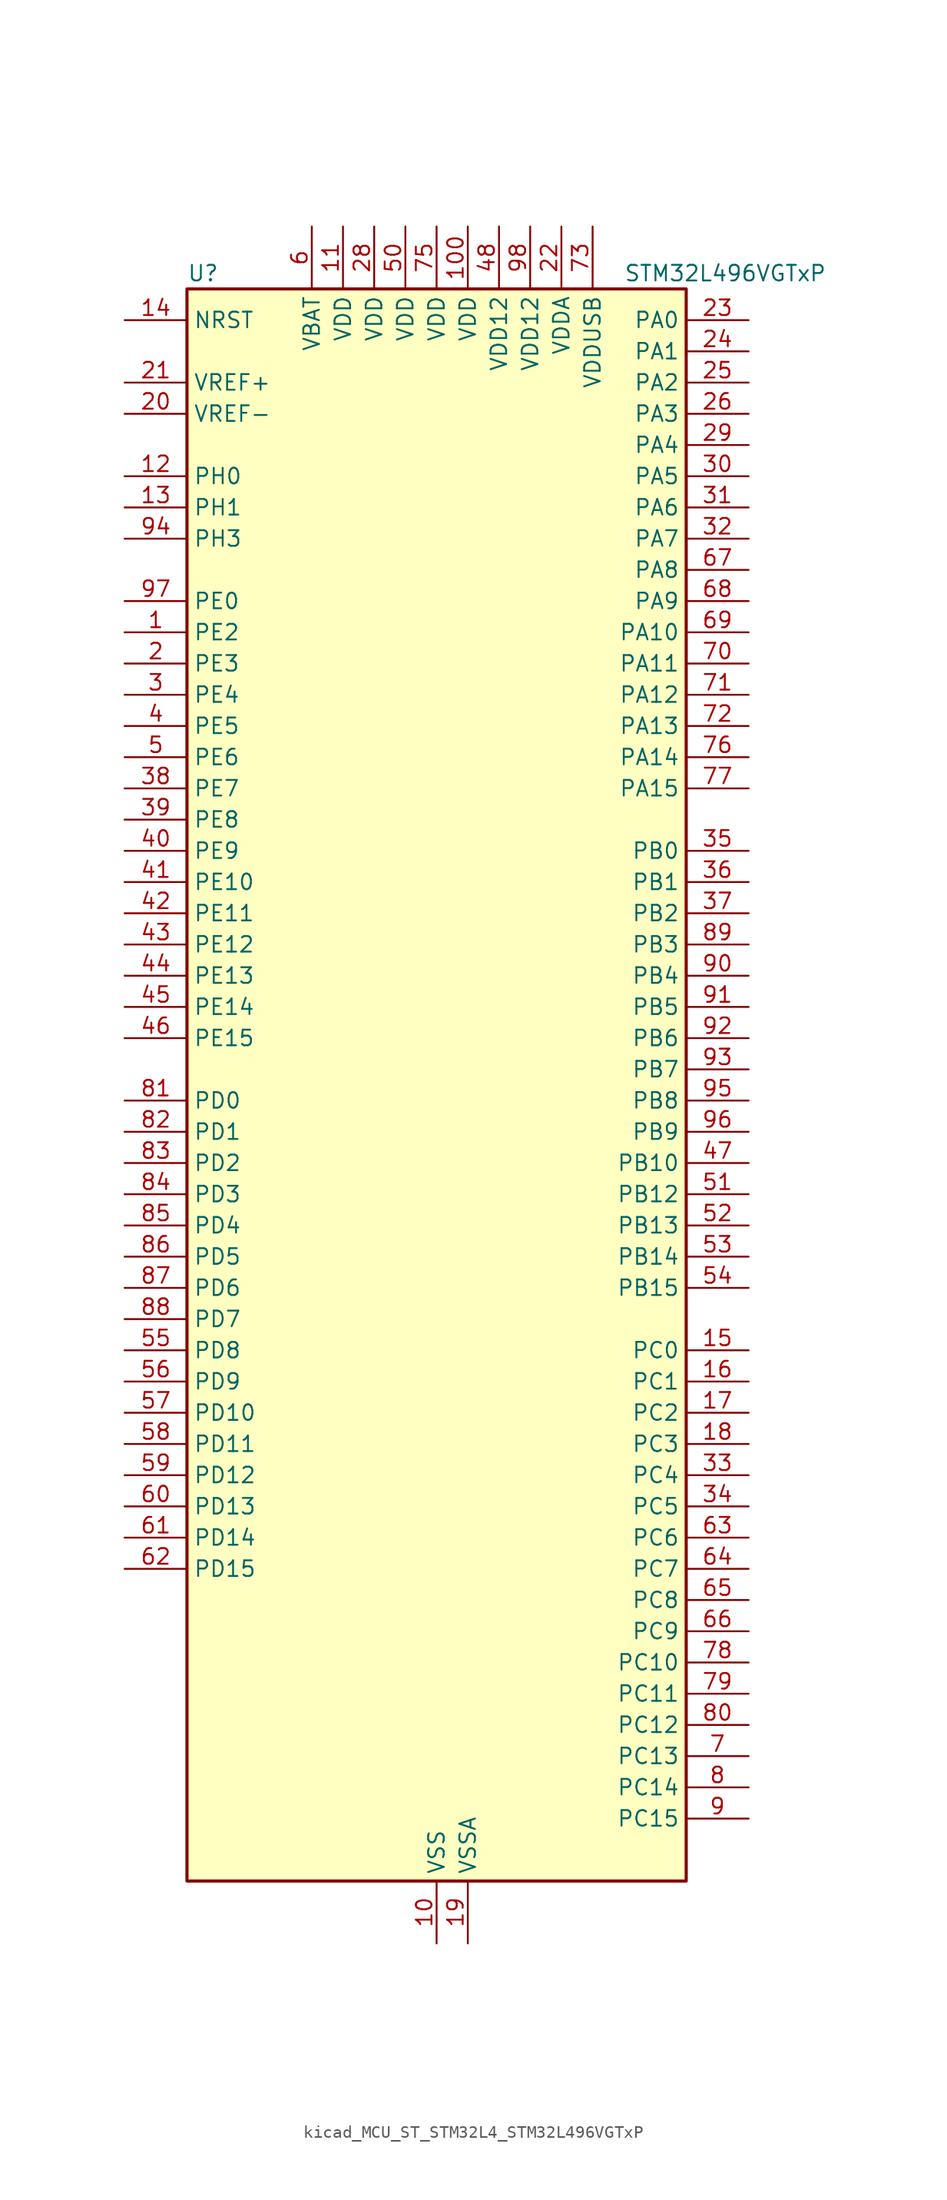
<source format=kicad_sym>
(kicad_symbol_lib
  (version 20220914)
  (generator kicad_symbol_editor)
  (symbol "kicad_MCU_ST_STM32L4_STM32L496VGTxP"
    (property "Reference" "U"
      (at -20.32 67.31 0)
      (effects (font (size 1.27 1.27)) (justify left)))
    (property "Value" "STM32L496VGTxP"
      (at 15.24 67.31 0)
      (effects (font (size 1.27 1.27)) (justify left)))
    (property "ki_locked" ""
      (at 0 0 0)
      (effects (font (size 1.27 1.27))))
    (symbol "kicad_MCU_ST_STM32L4_STM32L496VGTxP_0_1"
      (rectangle (start -20.32 -63.5) (end 20.32 66.04) (stroke (width 0.254) (type default)) (fill (type background))))
    (symbol "kicad_MCU_ST_STM32L4_STM32L496VGTxP_1_1"
      (pin bidirectional line (at -25.4 38.1 0) (length 5.08) (name "PE2" (effects (font (size 1.27 1.27)))) (number "1" (effects (font (size 1.27 1.27)))) (alternate "FMC_A23" bidirectional line) (alternate "LCD_SEG38" bidirectional line) (alternate "SAI1_MCLK_A" bidirectional line) (alternate "SYS_TRACECLK" bidirectional line) (alternate "TIM3_ETR" bidirectional line) (alternate "TSC_G7_IO1" bidirectional line))
      (pin power_in line (at 0 -68.58 90) (length 5.08) (name "VSS" (effects (font (size 1.27 1.27)))) (number "10" (effects (font (size 1.27 1.27)))))
      (pin power_in line (at 2.54 71.12 270) (length 5.08) (name "VDD" (effects (font (size 1.27 1.27)))) (number "100" (effects (font (size 1.27 1.27)))))
      (pin power_in line (at -7.62 71.12 270) (length 5.08) (name "VDD" (effects (font (size 1.27 1.27)))) (number "11" (effects (font (size 1.27 1.27)))))
      (pin bidirectional line (at -25.4 50.8 0) (length 5.08) (name "PH0" (effects (font (size 1.27 1.27)))) (number "12" (effects (font (size 1.27 1.27)))) (alternate "RCC_OSC_IN" bidirectional line))
      (pin bidirectional line (at -25.4 48.26 0) (length 5.08) (name "PH1" (effects (font (size 1.27 1.27)))) (number "13" (effects (font (size 1.27 1.27)))) (alternate "RCC_OSC_OUT" bidirectional line))
      (pin input line (at -25.4 63.5 0) (length 5.08) (name "NRST" (effects (font (size 1.27 1.27)))) (number "14" (effects (font (size 1.27 1.27)))))
      (pin bidirectional line (at 25.4 -20.32 180) (length 5.08) (name "PC0" (effects (font (size 1.27 1.27)))) (number "15" (effects (font (size 1.27 1.27)))) (alternate "ADC1_IN1" bidirectional line) (alternate "ADC2_IN1" bidirectional line) (alternate "ADC3_IN1" bidirectional line) (alternate "DFSDM1_DATIN4" bidirectional line) (alternate "I2C3_SCL" bidirectional line) (alternate "I2C4_SCL" bidirectional line) (alternate "LCD_SEG18" bidirectional line) (alternate "LPTIM1_IN1" bidirectional line) (alternate "LPTIM2_IN1" bidirectional line) (alternate "LPUART1_RX" bidirectional line))
      (pin bidirectional line (at 25.4 -22.86 180) (length 5.08) (name "PC1" (effects (font (size 1.27 1.27)))) (number "16" (effects (font (size 1.27 1.27)))) (alternate "ADC1_IN2" bidirectional line) (alternate "ADC2_IN2" bidirectional line) (alternate "ADC3_IN2" bidirectional line) (alternate "DFSDM1_CKIN4" bidirectional line) (alternate "I2C3_SDA" bidirectional line) (alternate "I2C4_SDA" bidirectional line) (alternate "LCD_SEG19" bidirectional line) (alternate "LPTIM1_OUT" bidirectional line) (alternate "LPUART1_TX" bidirectional line) (alternate "QUADSPI_BK2_IO0" bidirectional line) (alternate "SAI1_SD_A" bidirectional line) (alternate "SPI2_MOSI" bidirectional line) (alternate "SYS_TRACED0" bidirectional line))
      (pin bidirectional line (at 25.4 -25.4 180) (length 5.08) (name "PC2" (effects (font (size 1.27 1.27)))) (number "17" (effects (font (size 1.27 1.27)))) (alternate "ADC1_IN3" bidirectional line) (alternate "ADC2_IN3" bidirectional line) (alternate "ADC3_IN3" bidirectional line) (alternate "DFSDM1_CKOUT" bidirectional line) (alternate "LCD_SEG20" bidirectional line) (alternate "LPTIM1_IN2" bidirectional line) (alternate "QUADSPI_BK2_IO1" bidirectional line) (alternate "SPI2_MISO" bidirectional line))
      (pin bidirectional line (at 25.4 -27.94 180) (length 5.08) (name "PC3" (effects (font (size 1.27 1.27)))) (number "18" (effects (font (size 1.27 1.27)))) (alternate "ADC1_IN4" bidirectional line) (alternate "ADC2_IN4" bidirectional line) (alternate "ADC3_IN4" bidirectional line) (alternate "LCD_VLCD" bidirectional line) (alternate "LPTIM1_ETR" bidirectional line) (alternate "LPTIM2_ETR" bidirectional line) (alternate "QUADSPI_BK2_IO2" bidirectional line) (alternate "SAI1_SD_A" bidirectional line) (alternate "SPI2_MOSI" bidirectional line))
      (pin power_in line (at 2.54 -68.58 90) (length 5.08) (name "VSSA" (effects (font (size 1.27 1.27)))) (number "19" (effects (font (size 1.27 1.27)))))
      (pin bidirectional line (at -25.4 35.56 0) (length 5.08) (name "PE3" (effects (font (size 1.27 1.27)))) (number "2" (effects (font (size 1.27 1.27)))) (alternate "FMC_A19" bidirectional line) (alternate "LCD_SEG39" bidirectional line) (alternate "SAI1_SD_B" bidirectional line) (alternate "SYS_TRACED0" bidirectional line) (alternate "TIM3_CH1" bidirectional line) (alternate "TSC_G7_IO2" bidirectional line))
      (pin input line (at -25.4 55.88 0) (length 5.08) (name "VREF-" (effects (font (size 1.27 1.27)))) (number "20" (effects (font (size 1.27 1.27)))))
      (pin input line (at -25.4 58.42 0) (length 5.08) (name "VREF+" (effects (font (size 1.27 1.27)))) (number "21" (effects (font (size 1.27 1.27)))) (alternate "VREFBUF_OUT" bidirectional line))
      (pin power_in line (at 10.16 71.12 270) (length 5.08) (name "VDDA" (effects (font (size 1.27 1.27)))) (number "22" (effects (font (size 1.27 1.27)))))
      (pin bidirectional line (at 25.4 63.5 180) (length 5.08) (name "PA0" (effects (font (size 1.27 1.27)))) (number "23" (effects (font (size 1.27 1.27)))) (alternate "ADC1_IN5" bidirectional line) (alternate "ADC2_IN5" bidirectional line) (alternate "OPAMP1_VINP" bidirectional line) (alternate "RTC_TAMP2" bidirectional line) (alternate "SAI1_EXTCLK" bidirectional line) (alternate "SYS_WKUP1" bidirectional line) (alternate "TIM2_CH1" bidirectional line) (alternate "TIM2_ETR" bidirectional line) (alternate "TIM5_CH1" bidirectional line) (alternate "TIM8_ETR" bidirectional line) (alternate "UART4_TX" bidirectional line) (alternate "USART2_CTS" bidirectional line))
      (pin bidirectional line (at 25.4 60.96 180) (length 5.08) (name "PA1" (effects (font (size 1.27 1.27)))) (number "24" (effects (font (size 1.27 1.27)))) (alternate "ADC1_IN6" bidirectional line) (alternate "ADC2_IN6" bidirectional line) (alternate "I2C1_SMBA" bidirectional line) (alternate "LCD_SEG0" bidirectional line) (alternate "OPAMP1_VINM" bidirectional line) (alternate "SPI1_SCK" bidirectional line) (alternate "TIM15_CH1N" bidirectional line) (alternate "TIM2_CH2" bidirectional line) (alternate "TIM5_CH2" bidirectional line) (alternate "UART4_RX" bidirectional line) (alternate "USART2_DE" bidirectional line) (alternate "USART2_RTS" bidirectional line))
      (pin bidirectional line (at 25.4 58.42 180) (length 5.08) (name "PA2" (effects (font (size 1.27 1.27)))) (number "25" (effects (font (size 1.27 1.27)))) (alternate "ADC1_IN7" bidirectional line) (alternate "ADC2_IN7" bidirectional line) (alternate "LCD_SEG1" bidirectional line) (alternate "LPUART1_TX" bidirectional line) (alternate "QUADSPI_BK1_NCS" bidirectional line) (alternate "RCC_LSCO" bidirectional line) (alternate "SAI2_EXTCLK" bidirectional line) (alternate "SYS_WKUP4" bidirectional line) (alternate "TIM15_CH1" bidirectional line) (alternate "TIM2_CH3" bidirectional line) (alternate "TIM5_CH3" bidirectional line) (alternate "USART2_TX" bidirectional line))
      (pin bidirectional line (at 25.4 55.88 180) (length 5.08) (name "PA3" (effects (font (size 1.27 1.27)))) (number "26" (effects (font (size 1.27 1.27)))) (alternate "ADC1_IN8" bidirectional line) (alternate "ADC2_IN8" bidirectional line) (alternate "LCD_SEG2" bidirectional line) (alternate "LPUART1_RX" bidirectional line) (alternate "OPAMP1_VOUT" bidirectional line) (alternate "QUADSPI_CLK" bidirectional line) (alternate "SAI1_MCLK_A" bidirectional line) (alternate "TIM15_CH2" bidirectional line) (alternate "TIM2_CH4" bidirectional line) (alternate "TIM5_CH4" bidirectional line) (alternate "USART2_RX" bidirectional line))
      (pin passive line (at 0 -68.58 90) (length 5.08) hide (name "VSS" (effects (font (size 1.27 1.27)))) (number "27" (effects (font (size 1.27 1.27)))))
      (pin power_in line (at -5.08 71.12 270) (length 5.08) (name "VDD" (effects (font (size 1.27 1.27)))) (number "28" (effects (font (size 1.27 1.27)))))
      (pin bidirectional line (at 25.4 53.34 180) (length 5.08) (name "PA4" (effects (font (size 1.27 1.27)))) (number "29" (effects (font (size 1.27 1.27)))) (alternate "ADC1_IN9" bidirectional line) (alternate "ADC2_IN9" bidirectional line) (alternate "DAC1_OUT1" bidirectional line) (alternate "DCMI_HSYNC" bidirectional line) (alternate "LPTIM2_OUT" bidirectional line) (alternate "SAI1_FS_B" bidirectional line) (alternate "SPI1_NSS" bidirectional line) (alternate "SPI3_NSS" bidirectional line) (alternate "USART2_CK" bidirectional line))
      (pin bidirectional line (at -25.4 33.02 0) (length 5.08) (name "PE4" (effects (font (size 1.27 1.27)))) (number "3" (effects (font (size 1.27 1.27)))) (alternate "DCMI_D4" bidirectional line) (alternate "DFSDM1_DATIN3" bidirectional line) (alternate "FMC_A20" bidirectional line) (alternate "SAI1_FS_A" bidirectional line) (alternate "SYS_TRACED1" bidirectional line) (alternate "TIM3_CH2" bidirectional line) (alternate "TSC_G7_IO3" bidirectional line))
      (pin bidirectional line (at 25.4 50.8 180) (length 5.08) (name "PA5" (effects (font (size 1.27 1.27)))) (number "30" (effects (font (size 1.27 1.27)))) (alternate "ADC1_IN10" bidirectional line) (alternate "ADC2_IN10" bidirectional line) (alternate "DAC1_OUT2" bidirectional line) (alternate "LPTIM2_ETR" bidirectional line) (alternate "SPI1_SCK" bidirectional line) (alternate "TIM2_CH1" bidirectional line) (alternate "TIM2_ETR" bidirectional line) (alternate "TIM8_CH1N" bidirectional line))
      (pin bidirectional line (at 25.4 48.26 180) (length 5.08) (name "PA6" (effects (font (size 1.27 1.27)))) (number "31" (effects (font (size 1.27 1.27)))) (alternate "ADC1_IN11" bidirectional line) (alternate "ADC2_IN11" bidirectional line) (alternate "DCMI_PIXCLK" bidirectional line) (alternate "LCD_SEG3" bidirectional line) (alternate "LPUART1_CTS" bidirectional line) (alternate "OPAMP2_VINP" bidirectional line) (alternate "QUADSPI_BK1_IO3" bidirectional line) (alternate "SPI1_MISO" bidirectional line) (alternate "TIM16_CH1" bidirectional line) (alternate "TIM1_BKIN" bidirectional line) (alternate "TIM1_BKIN_COMP2" bidirectional line) (alternate "TIM3_CH1" bidirectional line) (alternate "TIM8_BKIN" bidirectional line) (alternate "TIM8_BKIN_COMP2" bidirectional line) (alternate "USART3_CTS" bidirectional line))
      (pin bidirectional line (at 25.4 45.72 180) (length 5.08) (name "PA7" (effects (font (size 1.27 1.27)))) (number "32" (effects (font (size 1.27 1.27)))) (alternate "ADC1_IN12" bidirectional line) (alternate "ADC2_IN12" bidirectional line) (alternate "I2C3_SCL" bidirectional line) (alternate "LCD_SEG4" bidirectional line) (alternate "OPAMP2_VINM" bidirectional line) (alternate "QUADSPI_BK1_IO2" bidirectional line) (alternate "SPI1_MOSI" bidirectional line) (alternate "TIM17_CH1" bidirectional line) (alternate "TIM1_CH1N" bidirectional line) (alternate "TIM3_CH2" bidirectional line) (alternate "TIM8_CH1N" bidirectional line))
      (pin bidirectional line (at 25.4 -30.48 180) (length 5.08) (name "PC4" (effects (font (size 1.27 1.27)))) (number "33" (effects (font (size 1.27 1.27)))) (alternate "ADC1_IN13" bidirectional line) (alternate "ADC2_IN13" bidirectional line) (alternate "COMP1_INM" bidirectional line) (alternate "LCD_SEG22" bidirectional line) (alternate "QUADSPI_BK2_IO3" bidirectional line) (alternate "USART3_TX" bidirectional line))
      (pin bidirectional line (at 25.4 -33.02 180) (length 5.08) (name "PC5" (effects (font (size 1.27 1.27)))) (number "34" (effects (font (size 1.27 1.27)))) (alternate "ADC1_IN14" bidirectional line) (alternate "ADC2_IN14" bidirectional line) (alternate "COMP1_INP" bidirectional line) (alternate "LCD_SEG23" bidirectional line) (alternate "SYS_WKUP5" bidirectional line) (alternate "USART3_RX" bidirectional line))
      (pin bidirectional line (at 25.4 20.32 180) (length 5.08) (name "PB0" (effects (font (size 1.27 1.27)))) (number "35" (effects (font (size 1.27 1.27)))) (alternate "ADC1_IN15" bidirectional line) (alternate "ADC2_IN15" bidirectional line) (alternate "COMP1_OUT" bidirectional line) (alternate "LCD_SEG5" bidirectional line) (alternate "OPAMP2_VOUT" bidirectional line) (alternate "QUADSPI_BK1_IO1" bidirectional line) (alternate "SAI1_EXTCLK" bidirectional line) (alternate "SPI1_NSS" bidirectional line) (alternate "TIM1_CH2N" bidirectional line) (alternate "TIM3_CH3" bidirectional line) (alternate "TIM8_CH2N" bidirectional line) (alternate "USART3_CK" bidirectional line))
      (pin bidirectional line (at 25.4 17.78 180) (length 5.08) (name "PB1" (effects (font (size 1.27 1.27)))) (number "36" (effects (font (size 1.27 1.27)))) (alternate "ADC1_IN16" bidirectional line) (alternate "ADC2_IN16" bidirectional line) (alternate "COMP1_INM" bidirectional line) (alternate "DFSDM1_DATIN0" bidirectional line) (alternate "LCD_SEG6" bidirectional line) (alternate "LPTIM2_IN1" bidirectional line) (alternate "LPUART1_DE" bidirectional line) (alternate "LPUART1_RTS" bidirectional line) (alternate "QUADSPI_BK1_IO0" bidirectional line) (alternate "TIM1_CH3N" bidirectional line) (alternate "TIM3_CH4" bidirectional line) (alternate "TIM8_CH3N" bidirectional line) (alternate "USART3_DE" bidirectional line) (alternate "USART3_RTS" bidirectional line))
      (pin bidirectional line (at 25.4 15.24 180) (length 5.08) (name "PB2" (effects (font (size 1.27 1.27)))) (number "37" (effects (font (size 1.27 1.27)))) (alternate "COMP1_INP" bidirectional line) (alternate "DFSDM1_CKIN0" bidirectional line) (alternate "I2C3_SMBA" bidirectional line) (alternate "LCD_VLCD" bidirectional line) (alternate "LPTIM1_OUT" bidirectional line) (alternate "RTC_OUT_ALARM" bidirectional line) (alternate "RTC_OUT_CALIB" bidirectional line))
      (pin bidirectional line (at -25.4 25.4 0) (length 5.08) (name "PE7" (effects (font (size 1.27 1.27)))) (number "38" (effects (font (size 1.27 1.27)))) (alternate "DFSDM1_DATIN2" bidirectional line) (alternate "FMC_D4" bidirectional line) (alternate "FMC_DA4" bidirectional line) (alternate "SAI1_SD_B" bidirectional line) (alternate "TIM1_ETR" bidirectional line))
      (pin bidirectional line (at -25.4 22.86 0) (length 5.08) (name "PE8" (effects (font (size 1.27 1.27)))) (number "39" (effects (font (size 1.27 1.27)))) (alternate "DFSDM1_CKIN2" bidirectional line) (alternate "FMC_D5" bidirectional line) (alternate "FMC_DA5" bidirectional line) (alternate "SAI1_SCK_B" bidirectional line) (alternate "TIM1_CH1N" bidirectional line))
      (pin bidirectional line (at -25.4 30.48 0) (length 5.08) (name "PE5" (effects (font (size 1.27 1.27)))) (number "4" (effects (font (size 1.27 1.27)))) (alternate "DCMI_D6" bidirectional line) (alternate "DFSDM1_CKIN3" bidirectional line) (alternate "FMC_A21" bidirectional line) (alternate "SAI1_SCK_A" bidirectional line) (alternate "SYS_TRACED2" bidirectional line) (alternate "TIM3_CH3" bidirectional line) (alternate "TSC_G7_IO4" bidirectional line))
      (pin bidirectional line (at -25.4 20.32 0) (length 5.08) (name "PE9" (effects (font (size 1.27 1.27)))) (number "40" (effects (font (size 1.27 1.27)))) (alternate "DAC1_EXTI9" bidirectional line) (alternate "DFSDM1_CKOUT" bidirectional line) (alternate "FMC_D6" bidirectional line) (alternate "FMC_DA6" bidirectional line) (alternate "SAI1_FS_B" bidirectional line) (alternate "TIM1_CH1" bidirectional line))
      (pin bidirectional line (at -25.4 17.78 0) (length 5.08) (name "PE10" (effects (font (size 1.27 1.27)))) (number "41" (effects (font (size 1.27 1.27)))) (alternate "DFSDM1_DATIN4" bidirectional line) (alternate "FMC_D7" bidirectional line) (alternate "FMC_DA7" bidirectional line) (alternate "QUADSPI_CLK" bidirectional line) (alternate "SAI1_MCLK_B" bidirectional line) (alternate "TIM1_CH2N" bidirectional line) (alternate "TSC_G5_IO1" bidirectional line))
      (pin bidirectional line (at -25.4 15.24 0) (length 5.08) (name "PE11" (effects (font (size 1.27 1.27)))) (number "42" (effects (font (size 1.27 1.27)))) (alternate "ADC1_EXTI11" bidirectional line) (alternate "ADC2_EXTI11" bidirectional line) (alternate "ADC3_EXTI11" bidirectional line) (alternate "DFSDM1_CKIN4" bidirectional line) (alternate "FMC_D8" bidirectional line) (alternate "FMC_DA8" bidirectional line) (alternate "QUADSPI_BK1_NCS" bidirectional line) (alternate "TIM1_CH2" bidirectional line) (alternate "TSC_G5_IO2" bidirectional line))
      (pin bidirectional line (at -25.4 12.7 0) (length 5.08) (name "PE12" (effects (font (size 1.27 1.27)))) (number "43" (effects (font (size 1.27 1.27)))) (alternate "DFSDM1_DATIN5" bidirectional line) (alternate "FMC_D9" bidirectional line) (alternate "FMC_DA9" bidirectional line) (alternate "QUADSPI_BK1_IO0" bidirectional line) (alternate "SPI1_NSS" bidirectional line) (alternate "TIM1_CH3N" bidirectional line) (alternate "TSC_G5_IO3" bidirectional line))
      (pin bidirectional line (at -25.4 10.16 0) (length 5.08) (name "PE13" (effects (font (size 1.27 1.27)))) (number "44" (effects (font (size 1.27 1.27)))) (alternate "DFSDM1_CKIN5" bidirectional line) (alternate "FMC_D10" bidirectional line) (alternate "FMC_DA10" bidirectional line) (alternate "QUADSPI_BK1_IO1" bidirectional line) (alternate "SPI1_SCK" bidirectional line) (alternate "TIM1_CH3" bidirectional line) (alternate "TSC_G5_IO4" bidirectional line))
      (pin bidirectional line (at -25.4 7.62 0) (length 5.08) (name "PE14" (effects (font (size 1.27 1.27)))) (number "45" (effects (font (size 1.27 1.27)))) (alternate "FMC_D11" bidirectional line) (alternate "FMC_DA11" bidirectional line) (alternate "QUADSPI_BK1_IO2" bidirectional line) (alternate "SPI1_MISO" bidirectional line) (alternate "TIM1_BKIN2" bidirectional line) (alternate "TIM1_BKIN2_COMP2" bidirectional line) (alternate "TIM1_CH4" bidirectional line))
      (pin bidirectional line (at -25.4 5.08 0) (length 5.08) (name "PE15" (effects (font (size 1.27 1.27)))) (number "46" (effects (font (size 1.27 1.27)))) (alternate "ADC1_EXTI15" bidirectional line) (alternate "ADC2_EXTI15" bidirectional line) (alternate "ADC3_EXTI15" bidirectional line) (alternate "FMC_D12" bidirectional line) (alternate "FMC_DA12" bidirectional line) (alternate "QUADSPI_BK1_IO3" bidirectional line) (alternate "SPI1_MOSI" bidirectional line) (alternate "TIM1_BKIN" bidirectional line) (alternate "TIM1_BKIN_COMP1" bidirectional line))
      (pin bidirectional line (at 25.4 -5.08 180) (length 5.08) (name "PB10" (effects (font (size 1.27 1.27)))) (number "47" (effects (font (size 1.27 1.27)))) (alternate "COMP1_OUT" bidirectional line) (alternate "DFSDM1_DATIN7" bidirectional line) (alternate "I2C2_SCL" bidirectional line) (alternate "I2C4_SCL" bidirectional line) (alternate "LCD_SEG10" bidirectional line) (alternate "LPUART1_RX" bidirectional line) (alternate "QUADSPI_CLK" bidirectional line) (alternate "SAI1_SCK_A" bidirectional line) (alternate "SPI2_SCK" bidirectional line) (alternate "TIM2_CH3" bidirectional line) (alternate "TSC_SYNC" bidirectional line) (alternate "USART3_TX" bidirectional line))
      (pin power_in line (at 5.08 71.12 270) (length 5.08) (name "VDD12" (effects (font (size 1.27 1.27)))) (number "48" (effects (font (size 1.27 1.27)))))
      (pin passive line (at 0 -68.58 90) (length 5.08) hide (name "VSS" (effects (font (size 1.27 1.27)))) (number "49" (effects (font (size 1.27 1.27)))))
      (pin bidirectional line (at -25.4 27.94 0) (length 5.08) (name "PE6" (effects (font (size 1.27 1.27)))) (number "5" (effects (font (size 1.27 1.27)))) (alternate "DCMI_D7" bidirectional line) (alternate "FMC_A22" bidirectional line) (alternate "RTC_TAMP3" bidirectional line) (alternate "SAI1_SD_A" bidirectional line) (alternate "SYS_TRACED3" bidirectional line) (alternate "SYS_WKUP3" bidirectional line) (alternate "TIM3_CH4" bidirectional line))
      (pin power_in line (at -2.54 71.12 270) (length 5.08) (name "VDD" (effects (font (size 1.27 1.27)))) (number "50" (effects (font (size 1.27 1.27)))))
      (pin bidirectional line (at 25.4 -7.62 180) (length 5.08) (name "PB12" (effects (font (size 1.27 1.27)))) (number "51" (effects (font (size 1.27 1.27)))) (alternate "CAN2_RX" bidirectional line) (alternate "DFSDM1_DATIN1" bidirectional line) (alternate "I2C2_SMBA" bidirectional line) (alternate "LCD_SEG12" bidirectional line) (alternate "LPUART1_DE" bidirectional line) (alternate "LPUART1_RTS" bidirectional line) (alternate "SAI2_FS_A" bidirectional line) (alternate "SPI2_NSS" bidirectional line) (alternate "SWPMI1_IO" bidirectional line) (alternate "TIM15_BKIN" bidirectional line) (alternate "TIM1_BKIN" bidirectional line) (alternate "TIM1_BKIN_COMP2" bidirectional line) (alternate "TSC_G1_IO1" bidirectional line) (alternate "USART3_CK" bidirectional line))
      (pin bidirectional line (at 25.4 -10.16 180) (length 5.08) (name "PB13" (effects (font (size 1.27 1.27)))) (number "52" (effects (font (size 1.27 1.27)))) (alternate "CAN2_TX" bidirectional line) (alternate "DFSDM1_CKIN1" bidirectional line) (alternate "I2C2_SCL" bidirectional line) (alternate "LCD_SEG13" bidirectional line) (alternate "LPUART1_CTS" bidirectional line) (alternate "SAI2_SCK_A" bidirectional line) (alternate "SPI2_SCK" bidirectional line) (alternate "SWPMI1_TX" bidirectional line) (alternate "TIM15_CH1N" bidirectional line) (alternate "TIM1_CH1N" bidirectional line) (alternate "TSC_G1_IO2" bidirectional line) (alternate "USART3_CTS" bidirectional line))
      (pin bidirectional line (at 25.4 -12.7 180) (length 5.08) (name "PB14" (effects (font (size 1.27 1.27)))) (number "53" (effects (font (size 1.27 1.27)))) (alternate "DFSDM1_DATIN2" bidirectional line) (alternate "I2C2_SDA" bidirectional line) (alternate "LCD_SEG14" bidirectional line) (alternate "SAI2_MCLK_A" bidirectional line) (alternate "SPI2_MISO" bidirectional line) (alternate "SWPMI1_RX" bidirectional line) (alternate "TIM15_CH1" bidirectional line) (alternate "TIM1_CH2N" bidirectional line) (alternate "TIM8_CH2N" bidirectional line) (alternate "TSC_G1_IO3" bidirectional line) (alternate "USART3_DE" bidirectional line) (alternate "USART3_RTS" bidirectional line))
      (pin bidirectional line (at 25.4 -15.24 180) (length 5.08) (name "PB15" (effects (font (size 1.27 1.27)))) (number "54" (effects (font (size 1.27 1.27)))) (alternate "ADC1_EXTI15" bidirectional line) (alternate "ADC2_EXTI15" bidirectional line) (alternate "ADC3_EXTI15" bidirectional line) (alternate "DFSDM1_CKIN2" bidirectional line) (alternate "LCD_SEG15" bidirectional line) (alternate "RTC_REFIN" bidirectional line) (alternate "SAI2_SD_A" bidirectional line) (alternate "SPI2_MOSI" bidirectional line) (alternate "SWPMI1_SUSPEND" bidirectional line) (alternate "TIM15_CH2" bidirectional line) (alternate "TIM1_CH3N" bidirectional line) (alternate "TIM8_CH3N" bidirectional line) (alternate "TSC_G1_IO4" bidirectional line))
      (pin bidirectional line (at -25.4 -20.32 0) (length 5.08) (name "PD8" (effects (font (size 1.27 1.27)))) (number "55" (effects (font (size 1.27 1.27)))) (alternate "DCMI_HSYNC" bidirectional line) (alternate "FMC_D13" bidirectional line) (alternate "FMC_DA13" bidirectional line) (alternate "LCD_SEG28" bidirectional line) (alternate "USART3_TX" bidirectional line))
      (pin bidirectional line (at -25.4 -22.86 0) (length 5.08) (name "PD9" (effects (font (size 1.27 1.27)))) (number "56" (effects (font (size 1.27 1.27)))) (alternate "DAC1_EXTI9" bidirectional line) (alternate "DCMI_PIXCLK" bidirectional line) (alternate "FMC_D14" bidirectional line) (alternate "FMC_DA14" bidirectional line) (alternate "LCD_SEG29" bidirectional line) (alternate "SAI2_MCLK_A" bidirectional line) (alternate "USART3_RX" bidirectional line))
      (pin bidirectional line (at -25.4 -25.4 0) (length 5.08) (name "PD10" (effects (font (size 1.27 1.27)))) (number "57" (effects (font (size 1.27 1.27)))) (alternate "FMC_D15" bidirectional line) (alternate "FMC_DA15" bidirectional line) (alternate "LCD_SEG30" bidirectional line) (alternate "SAI2_SCK_A" bidirectional line) (alternate "TSC_G6_IO1" bidirectional line) (alternate "USART3_CK" bidirectional line))
      (pin bidirectional line (at -25.4 -27.94 0) (length 5.08) (name "PD11" (effects (font (size 1.27 1.27)))) (number "58" (effects (font (size 1.27 1.27)))) (alternate "ADC1_EXTI11" bidirectional line) (alternate "ADC2_EXTI11" bidirectional line) (alternate "ADC3_EXTI11" bidirectional line) (alternate "FMC_A16" bidirectional line) (alternate "FMC_CLE" bidirectional line) (alternate "I2C4_SMBA" bidirectional line) (alternate "LCD_SEG31" bidirectional line) (alternate "LPTIM2_ETR" bidirectional line) (alternate "SAI2_SD_A" bidirectional line) (alternate "TSC_G6_IO2" bidirectional line) (alternate "USART3_CTS" bidirectional line))
      (pin bidirectional line (at -25.4 -30.48 0) (length 5.08) (name "PD12" (effects (font (size 1.27 1.27)))) (number "59" (effects (font (size 1.27 1.27)))) (alternate "FMC_A17" bidirectional line) (alternate "FMC_ALE" bidirectional line) (alternate "I2C4_SCL" bidirectional line) (alternate "LCD_SEG32" bidirectional line) (alternate "LPTIM2_IN1" bidirectional line) (alternate "SAI2_FS_A" bidirectional line) (alternate "TIM4_CH1" bidirectional line) (alternate "TSC_G6_IO3" bidirectional line) (alternate "USART3_DE" bidirectional line) (alternate "USART3_RTS" bidirectional line))
      (pin power_in line (at -10.16 71.12 270) (length 5.08) (name "VBAT" (effects (font (size 1.27 1.27)))) (number "6" (effects (font (size 1.27 1.27)))))
      (pin bidirectional line (at -25.4 -33.02 0) (length 5.08) (name "PD13" (effects (font (size 1.27 1.27)))) (number "60" (effects (font (size 1.27 1.27)))) (alternate "FMC_A18" bidirectional line) (alternate "I2C4_SDA" bidirectional line) (alternate "LCD_SEG33" bidirectional line) (alternate "LPTIM2_OUT" bidirectional line) (alternate "TIM4_CH2" bidirectional line) (alternate "TSC_G6_IO4" bidirectional line))
      (pin bidirectional line (at -25.4 -35.56 0) (length 5.08) (name "PD14" (effects (font (size 1.27 1.27)))) (number "61" (effects (font (size 1.27 1.27)))) (alternate "FMC_D0" bidirectional line) (alternate "FMC_DA0" bidirectional line) (alternate "LCD_SEG34" bidirectional line) (alternate "TIM4_CH3" bidirectional line))
      (pin bidirectional line (at -25.4 -38.1 0) (length 5.08) (name "PD15" (effects (font (size 1.27 1.27)))) (number "62" (effects (font (size 1.27 1.27)))) (alternate "ADC1_EXTI15" bidirectional line) (alternate "ADC2_EXTI15" bidirectional line) (alternate "ADC3_EXTI15" bidirectional line) (alternate "FMC_D1" bidirectional line) (alternate "FMC_DA1" bidirectional line) (alternate "LCD_SEG35" bidirectional line) (alternate "TIM4_CH4" bidirectional line))
      (pin bidirectional line (at 25.4 -35.56 180) (length 5.08) (name "PC6" (effects (font (size 1.27 1.27)))) (number "63" (effects (font (size 1.27 1.27)))) (alternate "DCMI_D0" bidirectional line) (alternate "DFSDM1_CKIN3" bidirectional line) (alternate "LCD_SEG24" bidirectional line) (alternate "SAI2_MCLK_A" bidirectional line) (alternate "SDMMC1_D6" bidirectional line) (alternate "TIM3_CH1" bidirectional line) (alternate "TIM8_CH1" bidirectional line) (alternate "TSC_G4_IO1" bidirectional line))
      (pin bidirectional line (at 25.4 -38.1 180) (length 5.08) (name "PC7" (effects (font (size 1.27 1.27)))) (number "64" (effects (font (size 1.27 1.27)))) (alternate "DCMI_D1" bidirectional line) (alternate "DFSDM1_DATIN3" bidirectional line) (alternate "LCD_SEG25" bidirectional line) (alternate "SAI2_MCLK_B" bidirectional line) (alternate "SDMMC1_D7" bidirectional line) (alternate "TIM3_CH2" bidirectional line) (alternate "TIM8_CH2" bidirectional line) (alternate "TSC_G4_IO2" bidirectional line))
      (pin bidirectional line (at 25.4 -40.64 180) (length 5.08) (name "PC8" (effects (font (size 1.27 1.27)))) (number "65" (effects (font (size 1.27 1.27)))) (alternate "DCMI_D2" bidirectional line) (alternate "LCD_SEG26" bidirectional line) (alternate "SDMMC1_D0" bidirectional line) (alternate "TIM3_CH3" bidirectional line) (alternate "TIM8_CH3" bidirectional line) (alternate "TSC_G4_IO3" bidirectional line))
      (pin bidirectional line (at 25.4 -43.18 180) (length 5.08) (name "PC9" (effects (font (size 1.27 1.27)))) (number "66" (effects (font (size 1.27 1.27)))) (alternate "DAC1_EXTI9" bidirectional line) (alternate "DCMI_D3" bidirectional line) (alternate "I2C3_SDA" bidirectional line) (alternate "LCD_SEG27" bidirectional line) (alternate "SAI2_EXTCLK" bidirectional line) (alternate "SDMMC1_D1" bidirectional line) (alternate "TIM3_CH4" bidirectional line) (alternate "TIM8_BKIN2" bidirectional line) (alternate "TIM8_BKIN2_COMP1" bidirectional line) (alternate "TIM8_CH4" bidirectional line) (alternate "TSC_G4_IO4" bidirectional line) (alternate "USB_OTG_FS_NOE" bidirectional line))
      (pin bidirectional line (at 25.4 43.18 180) (length 5.08) (name "PA8" (effects (font (size 1.27 1.27)))) (number "67" (effects (font (size 1.27 1.27)))) (alternate "LCD_COM0" bidirectional line) (alternate "LPTIM2_OUT" bidirectional line) (alternate "RCC_MCO" bidirectional line) (alternate "SAI1_SCK_A" bidirectional line) (alternate "SWPMI1_IO" bidirectional line) (alternate "TIM1_CH1" bidirectional line) (alternate "USART1_CK" bidirectional line) (alternate "USB_OTG_FS_SOF" bidirectional line))
      (pin bidirectional line (at 25.4 40.64 180) (length 5.08) (name "PA9" (effects (font (size 1.27 1.27)))) (number "68" (effects (font (size 1.27 1.27)))) (alternate "DAC1_EXTI9" bidirectional line) (alternate "DCMI_D0" bidirectional line) (alternate "LCD_COM1" bidirectional line) (alternate "SAI1_FS_A" bidirectional line) (alternate "SPI2_SCK" bidirectional line) (alternate "TIM15_BKIN" bidirectional line) (alternate "TIM1_CH2" bidirectional line) (alternate "USART1_TX" bidirectional line) (alternate "USB_OTG_FS_VBUS" bidirectional line))
      (pin bidirectional line (at 25.4 38.1 180) (length 5.08) (name "PA10" (effects (font (size 1.27 1.27)))) (number "69" (effects (font (size 1.27 1.27)))) (alternate "DCMI_D1" bidirectional line) (alternate "LCD_COM2" bidirectional line) (alternate "SAI1_SD_A" bidirectional line) (alternate "TIM17_BKIN" bidirectional line) (alternate "TIM1_CH3" bidirectional line) (alternate "USART1_RX" bidirectional line) (alternate "USB_OTG_FS_ID" bidirectional line))
      (pin bidirectional line (at 25.4 -53.34 180) (length 5.08) (name "PC13" (effects (font (size 1.27 1.27)))) (number "7" (effects (font (size 1.27 1.27)))) (alternate "RTC_OUT_ALARM" bidirectional line) (alternate "RTC_OUT_CALIB" bidirectional line) (alternate "RTC_TAMP1" bidirectional line) (alternate "RTC_TS" bidirectional line) (alternate "SYS_WKUP2" bidirectional line))
      (pin bidirectional line (at 25.4 35.56 180) (length 5.08) (name "PA11" (effects (font (size 1.27 1.27)))) (number "70" (effects (font (size 1.27 1.27)))) (alternate "ADC1_EXTI11" bidirectional line) (alternate "ADC2_EXTI11" bidirectional line) (alternate "ADC3_EXTI11" bidirectional line) (alternate "CAN1_RX" bidirectional line) (alternate "SPI1_MISO" bidirectional line) (alternate "TIM1_BKIN2" bidirectional line) (alternate "TIM1_BKIN2_COMP1" bidirectional line) (alternate "TIM1_CH4" bidirectional line) (alternate "USART1_CTS" bidirectional line) (alternate "USB_OTG_FS_DM" bidirectional line))
      (pin bidirectional line (at 25.4 33.02 180) (length 5.08) (name "PA12" (effects (font (size 1.27 1.27)))) (number "71" (effects (font (size 1.27 1.27)))) (alternate "CAN1_TX" bidirectional line) (alternate "SPI1_MOSI" bidirectional line) (alternate "TIM1_ETR" bidirectional line) (alternate "USART1_DE" bidirectional line) (alternate "USART1_RTS" bidirectional line) (alternate "USB_OTG_FS_DP" bidirectional line))
      (pin bidirectional line (at 25.4 30.48 180) (length 5.08) (name "PA13" (effects (font (size 1.27 1.27)))) (number "72" (effects (font (size 1.27 1.27)))) (alternate "IR_OUT" bidirectional line) (alternate "SAI1_SD_B" bidirectional line) (alternate "SWPMI1_TX" bidirectional line) (alternate "SYS_JTMS-SWDIO" bidirectional line) (alternate "USB_OTG_FS_NOE" bidirectional line))
      (pin power_in line (at 12.7 71.12 270) (length 5.08) (name "VDDUSB" (effects (font (size 1.27 1.27)))) (number "73" (effects (font (size 1.27 1.27)))))
      (pin passive line (at 0 -68.58 90) (length 5.08) hide (name "VSS" (effects (font (size 1.27 1.27)))) (number "74" (effects (font (size 1.27 1.27)))))
      (pin power_in line (at 0 71.12 270) (length 5.08) (name "VDD" (effects (font (size 1.27 1.27)))) (number "75" (effects (font (size 1.27 1.27)))))
      (pin bidirectional line (at 25.4 27.94 180) (length 5.08) (name "PA14" (effects (font (size 1.27 1.27)))) (number "76" (effects (font (size 1.27 1.27)))) (alternate "I2C1_SMBA" bidirectional line) (alternate "I2C4_SMBA" bidirectional line) (alternate "LPTIM1_OUT" bidirectional line) (alternate "SAI1_FS_B" bidirectional line) (alternate "SWPMI1_RX" bidirectional line) (alternate "SYS_JTCK-SWCLK" bidirectional line) (alternate "USB_OTG_FS_SOF" bidirectional line))
      (pin bidirectional line (at 25.4 25.4 180) (length 5.08) (name "PA15" (effects (font (size 1.27 1.27)))) (number "77" (effects (font (size 1.27 1.27)))) (alternate "ADC1_EXTI15" bidirectional line) (alternate "ADC2_EXTI15" bidirectional line) (alternate "ADC3_EXTI15" bidirectional line) (alternate "LCD_SEG17" bidirectional line) (alternate "SAI2_FS_B" bidirectional line) (alternate "SPI1_NSS" bidirectional line) (alternate "SPI3_NSS" bidirectional line) (alternate "SWPMI1_SUSPEND" bidirectional line) (alternate "SYS_JTDI" bidirectional line) (alternate "TIM2_CH1" bidirectional line) (alternate "TIM2_ETR" bidirectional line) (alternate "TSC_G3_IO1" bidirectional line) (alternate "UART4_DE" bidirectional line) (alternate "UART4_RTS" bidirectional line) (alternate "USART2_RX" bidirectional line) (alternate "USART3_DE" bidirectional line) (alternate "USART3_RTS" bidirectional line))
      (pin bidirectional line (at 25.4 -45.72 180) (length 5.08) (name "PC10" (effects (font (size 1.27 1.27)))) (number "78" (effects (font (size 1.27 1.27)))) (alternate "DCMI_D8" bidirectional line) (alternate "LCD_COM4" bidirectional line) (alternate "LCD_SEG28" bidirectional line) (alternate "LCD_SEG40" bidirectional line) (alternate "SAI2_SCK_B" bidirectional line) (alternate "SDMMC1_D2" bidirectional line) (alternate "SPI3_SCK" bidirectional line) (alternate "SYS_TRACED1" bidirectional line) (alternate "TSC_G3_IO2" bidirectional line) (alternate "UART4_TX" bidirectional line) (alternate "USART3_TX" bidirectional line))
      (pin bidirectional line (at 25.4 -48.26 180) (length 5.08) (name "PC11" (effects (font (size 1.27 1.27)))) (number "79" (effects (font (size 1.27 1.27)))) (alternate "ADC1_EXTI11" bidirectional line) (alternate "ADC2_EXTI11" bidirectional line) (alternate "ADC3_EXTI11" bidirectional line) (alternate "DCMI_D4" bidirectional line) (alternate "LCD_COM5" bidirectional line) (alternate "LCD_SEG29" bidirectional line) (alternate "LCD_SEG41" bidirectional line) (alternate "QUADSPI_BK2_NCS" bidirectional line) (alternate "SAI2_MCLK_B" bidirectional line) (alternate "SDMMC1_D3" bidirectional line) (alternate "SPI3_MISO" bidirectional line) (alternate "TSC_G3_IO3" bidirectional line) (alternate "UART4_RX" bidirectional line) (alternate "USART3_RX" bidirectional line))
      (pin bidirectional line (at 25.4 -55.88 180) (length 5.08) (name "PC14" (effects (font (size 1.27 1.27)))) (number "8" (effects (font (size 1.27 1.27)))) (alternate "RCC_OSC32_IN" bidirectional line))
      (pin bidirectional line (at 25.4 -50.8 180) (length 5.08) (name "PC12" (effects (font (size 1.27 1.27)))) (number "80" (effects (font (size 1.27 1.27)))) (alternate "DCMI_D9" bidirectional line) (alternate "LCD_COM6" bidirectional line) (alternate "LCD_SEG30" bidirectional line) (alternate "LCD_SEG42" bidirectional line) (alternate "SAI2_SD_B" bidirectional line) (alternate "SDMMC1_CK" bidirectional line) (alternate "SPI3_MOSI" bidirectional line) (alternate "SYS_TRACED3" bidirectional line) (alternate "TSC_G3_IO4" bidirectional line) (alternate "UART5_TX" bidirectional line) (alternate "USART3_CK" bidirectional line))
      (pin bidirectional line (at -25.4 0 0) (length 5.08) (name "PD0" (effects (font (size 1.27 1.27)))) (number "81" (effects (font (size 1.27 1.27)))) (alternate "CAN1_RX" bidirectional line) (alternate "DFSDM1_DATIN7" bidirectional line) (alternate "FMC_D2" bidirectional line) (alternate "FMC_DA2" bidirectional line) (alternate "SPI2_NSS" bidirectional line))
      (pin bidirectional line (at -25.4 -2.54 0) (length 5.08) (name "PD1" (effects (font (size 1.27 1.27)))) (number "82" (effects (font (size 1.27 1.27)))) (alternate "CAN1_TX" bidirectional line) (alternate "DFSDM1_CKIN7" bidirectional line) (alternate "FMC_D3" bidirectional line) (alternate "FMC_DA3" bidirectional line) (alternate "SPI2_SCK" bidirectional line))
      (pin bidirectional line (at -25.4 -5.08 0) (length 5.08) (name "PD2" (effects (font (size 1.27 1.27)))) (number "83" (effects (font (size 1.27 1.27)))) (alternate "DCMI_D11" bidirectional line) (alternate "LCD_COM7" bidirectional line) (alternate "LCD_SEG31" bidirectional line) (alternate "LCD_SEG43" bidirectional line) (alternate "SDMMC1_CMD" bidirectional line) (alternate "SYS_TRACED2" bidirectional line) (alternate "TIM3_ETR" bidirectional line) (alternate "TSC_SYNC" bidirectional line) (alternate "UART5_RX" bidirectional line) (alternate "USART3_DE" bidirectional line) (alternate "USART3_RTS" bidirectional line))
      (pin bidirectional line (at -25.4 -7.62 0) (length 5.08) (name "PD3" (effects (font (size 1.27 1.27)))) (number "84" (effects (font (size 1.27 1.27)))) (alternate "DCMI_D5" bidirectional line) (alternate "DFSDM1_DATIN0" bidirectional line) (alternate "FMC_CLK" bidirectional line) (alternate "QUADSPI_BK2_NCS" bidirectional line) (alternate "SPI2_MISO" bidirectional line) (alternate "SPI2_SCK" bidirectional line) (alternate "USART2_CTS" bidirectional line))
      (pin bidirectional line (at -25.4 -10.16 0) (length 5.08) (name "PD4" (effects (font (size 1.27 1.27)))) (number "85" (effects (font (size 1.27 1.27)))) (alternate "DFSDM1_CKIN0" bidirectional line) (alternate "FMC_NOE" bidirectional line) (alternate "QUADSPI_BK2_IO0" bidirectional line) (alternate "SPI2_MOSI" bidirectional line) (alternate "USART2_DE" bidirectional line) (alternate "USART2_RTS" bidirectional line))
      (pin bidirectional line (at -25.4 -12.7 0) (length 5.08) (name "PD5" (effects (font (size 1.27 1.27)))) (number "86" (effects (font (size 1.27 1.27)))) (alternate "FMC_NWE" bidirectional line) (alternate "QUADSPI_BK2_IO1" bidirectional line) (alternate "USART2_TX" bidirectional line))
      (pin bidirectional line (at -25.4 -15.24 0) (length 5.08) (name "PD6" (effects (font (size 1.27 1.27)))) (number "87" (effects (font (size 1.27 1.27)))) (alternate "DCMI_D10" bidirectional line) (alternate "DFSDM1_DATIN1" bidirectional line) (alternate "FMC_NWAIT" bidirectional line) (alternate "QUADSPI_BK2_IO1" bidirectional line) (alternate "QUADSPI_BK2_IO2" bidirectional line) (alternate "SAI1_SD_A" bidirectional line) (alternate "USART2_RX" bidirectional line))
      (pin bidirectional line (at -25.4 -17.78 0) (length 5.08) (name "PD7" (effects (font (size 1.27 1.27)))) (number "88" (effects (font (size 1.27 1.27)))) (alternate "DFSDM1_CKIN1" bidirectional line) (alternate "FMC_NE1" bidirectional line) (alternate "QUADSPI_BK2_IO3" bidirectional line) (alternate "USART2_CK" bidirectional line))
      (pin bidirectional line (at 25.4 12.7 180) (length 5.08) (name "PB3" (effects (font (size 1.27 1.27)))) (number "89" (effects (font (size 1.27 1.27)))) (alternate "COMP2_INM" bidirectional line) (alternate "CRS_SYNC" bidirectional line) (alternate "LCD_SEG7" bidirectional line) (alternate "SAI1_SCK_B" bidirectional line) (alternate "SPI1_SCK" bidirectional line) (alternate "SPI3_SCK" bidirectional line) (alternate "SYS_JTDO-SWO" bidirectional line) (alternate "TIM2_CH2" bidirectional line) (alternate "USART1_DE" bidirectional line) (alternate "USART1_RTS" bidirectional line))
      (pin bidirectional line (at 25.4 -58.42 180) (length 5.08) (name "PC15" (effects (font (size 1.27 1.27)))) (number "9" (effects (font (size 1.27 1.27)))) (alternate "ADC1_EXTI15" bidirectional line) (alternate "ADC2_EXTI15" bidirectional line) (alternate "ADC3_EXTI15" bidirectional line) (alternate "RCC_OSC32_OUT" bidirectional line))
      (pin bidirectional line (at 25.4 10.16 180) (length 5.08) (name "PB4" (effects (font (size 1.27 1.27)))) (number "90" (effects (font (size 1.27 1.27)))) (alternate "COMP2_INP" bidirectional line) (alternate "DCMI_D12" bidirectional line) (alternate "I2C3_SDA" bidirectional line) (alternate "LCD_SEG8" bidirectional line) (alternate "SAI1_MCLK_B" bidirectional line) (alternate "SPI1_MISO" bidirectional line) (alternate "SPI3_MISO" bidirectional line) (alternate "SYS_JTRST" bidirectional line) (alternate "TIM17_BKIN" bidirectional line) (alternate "TIM3_CH1" bidirectional line) (alternate "TSC_G2_IO1" bidirectional line) (alternate "UART5_DE" bidirectional line) (alternate "UART5_RTS" bidirectional line) (alternate "USART1_CTS" bidirectional line))
      (pin bidirectional line (at 25.4 7.62 180) (length 5.08) (name "PB5" (effects (font (size 1.27 1.27)))) (number "91" (effects (font (size 1.27 1.27)))) (alternate "CAN2_RX" bidirectional line) (alternate "COMP2_OUT" bidirectional line) (alternate "DCMI_D10" bidirectional line) (alternate "I2C1_SMBA" bidirectional line) (alternate "LCD_SEG9" bidirectional line) (alternate "LPTIM1_IN1" bidirectional line) (alternate "SAI1_SD_B" bidirectional line) (alternate "SPI1_MOSI" bidirectional line) (alternate "SPI3_MOSI" bidirectional line) (alternate "TIM16_BKIN" bidirectional line) (alternate "TIM3_CH2" bidirectional line) (alternate "TSC_G2_IO2" bidirectional line) (alternate "UART5_CTS" bidirectional line) (alternate "USART1_CK" bidirectional line))
      (pin bidirectional line (at 25.4 5.08 180) (length 5.08) (name "PB6" (effects (font (size 1.27 1.27)))) (number "92" (effects (font (size 1.27 1.27)))) (alternate "CAN2_TX" bidirectional line) (alternate "COMP2_INP" bidirectional line) (alternate "DCMI_D5" bidirectional line) (alternate "DFSDM1_DATIN5" bidirectional line) (alternate "I2C1_SCL" bidirectional line) (alternate "I2C4_SCL" bidirectional line) (alternate "LPTIM1_ETR" bidirectional line) (alternate "SAI1_FS_B" bidirectional line) (alternate "TIM16_CH1N" bidirectional line) (alternate "TIM4_CH1" bidirectional line) (alternate "TIM8_BKIN2" bidirectional line) (alternate "TIM8_BKIN2_COMP2" bidirectional line) (alternate "TSC_G2_IO3" bidirectional line) (alternate "USART1_TX" bidirectional line))
      (pin bidirectional line (at 25.4 2.54 180) (length 5.08) (name "PB7" (effects (font (size 1.27 1.27)))) (number "93" (effects (font (size 1.27 1.27)))) (alternate "COMP2_INM" bidirectional line) (alternate "DCMI_VSYNC" bidirectional line) (alternate "DFSDM1_CKIN5" bidirectional line) (alternate "FMC_NL" bidirectional line) (alternate "I2C1_SDA" bidirectional line) (alternate "I2C4_SDA" bidirectional line) (alternate "LCD_SEG21" bidirectional line) (alternate "LPTIM1_IN2" bidirectional line) (alternate "SYS_PVD_IN" bidirectional line) (alternate "TIM17_CH1N" bidirectional line) (alternate "TIM4_CH2" bidirectional line) (alternate "TIM8_BKIN" bidirectional line) (alternate "TIM8_BKIN_COMP1" bidirectional line) (alternate "TSC_G2_IO4" bidirectional line) (alternate "UART4_CTS" bidirectional line) (alternate "USART1_RX" bidirectional line))
      (pin bidirectional line (at -25.4 45.72 0) (length 5.08) (name "PH3" (effects (font (size 1.27 1.27)))) (number "94" (effects (font (size 1.27 1.27)))))
      (pin bidirectional line (at 25.4 0 180) (length 5.08) (name "PB8" (effects (font (size 1.27 1.27)))) (number "95" (effects (font (size 1.27 1.27)))) (alternate "CAN1_RX" bidirectional line) (alternate "DCMI_D6" bidirectional line) (alternate "DFSDM1_DATIN6" bidirectional line) (alternate "I2C1_SCL" bidirectional line) (alternate "LCD_SEG16" bidirectional line) (alternate "SAI1_MCLK_A" bidirectional line) (alternate "SDMMC1_D4" bidirectional line) (alternate "TIM16_CH1" bidirectional line) (alternate "TIM4_CH3" bidirectional line))
      (pin bidirectional line (at 25.4 -2.54 180) (length 5.08) (name "PB9" (effects (font (size 1.27 1.27)))) (number "96" (effects (font (size 1.27 1.27)))) (alternate "CAN1_TX" bidirectional line) (alternate "DAC1_EXTI9" bidirectional line) (alternate "DCMI_D7" bidirectional line) (alternate "DFSDM1_CKIN6" bidirectional line) (alternate "I2C1_SDA" bidirectional line) (alternate "IR_OUT" bidirectional line) (alternate "LCD_COM3" bidirectional line) (alternate "SAI1_FS_A" bidirectional line) (alternate "SDMMC1_D5" bidirectional line) (alternate "SPI2_NSS" bidirectional line) (alternate "TIM17_CH1" bidirectional line) (alternate "TIM4_CH4" bidirectional line))
      (pin bidirectional line (at -25.4 40.64 0) (length 5.08) (name "PE0" (effects (font (size 1.27 1.27)))) (number "97" (effects (font (size 1.27 1.27)))) (alternate "DCMI_D2" bidirectional line) (alternate "FMC_NBL0" bidirectional line) (alternate "LCD_SEG36" bidirectional line) (alternate "TIM16_CH1" bidirectional line) (alternate "TIM4_ETR" bidirectional line))
      (pin power_in line (at 7.62 71.12 270) (length 5.08) (name "VDD12" (effects (font (size 1.27 1.27)))) (number "98" (effects (font (size 1.27 1.27)))))
      (pin passive line (at 0 -68.58 90) (length 5.08) hide (name "VSS" (effects (font (size 1.27 1.27)))) (number "99" (effects (font (size 1.27 1.27))))))))
</source>
